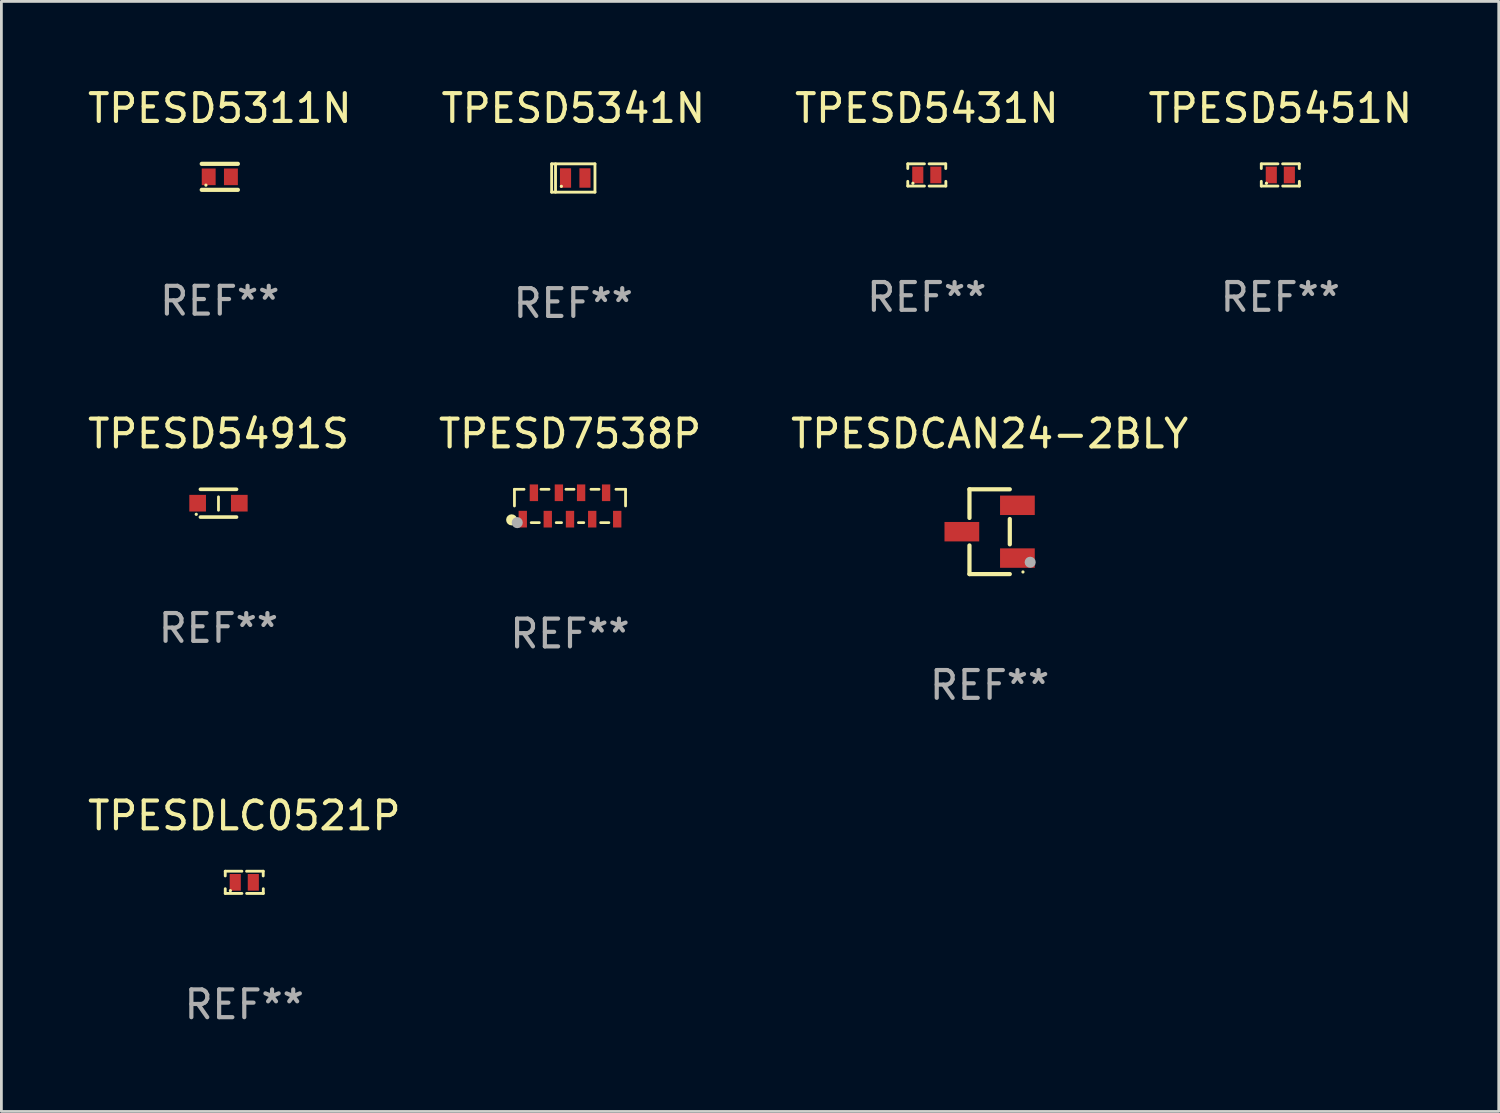
<source format=kicad_pcb>
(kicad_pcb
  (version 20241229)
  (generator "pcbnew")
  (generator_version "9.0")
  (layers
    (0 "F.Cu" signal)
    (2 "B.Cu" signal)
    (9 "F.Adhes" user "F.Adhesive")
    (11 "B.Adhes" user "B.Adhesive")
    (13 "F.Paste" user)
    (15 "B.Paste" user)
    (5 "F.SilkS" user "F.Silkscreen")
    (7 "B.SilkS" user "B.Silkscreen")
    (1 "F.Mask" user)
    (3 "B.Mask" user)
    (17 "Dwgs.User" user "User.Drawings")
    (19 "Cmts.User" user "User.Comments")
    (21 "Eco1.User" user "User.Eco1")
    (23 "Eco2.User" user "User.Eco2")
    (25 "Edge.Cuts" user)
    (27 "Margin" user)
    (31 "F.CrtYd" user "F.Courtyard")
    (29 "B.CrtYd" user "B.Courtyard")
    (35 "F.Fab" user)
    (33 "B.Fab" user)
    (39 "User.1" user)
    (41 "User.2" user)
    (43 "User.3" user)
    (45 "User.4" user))
  (footprint "TPESDCAN24-2BLY"
    (layer "F.Cu")
    (at 32.577 16.091)
    (property "Reference" "TPESDCAN24-2BLY" (at 0 -3.526 0) (layer "F.SilkS") (effects (font (size 1 1) (thickness 0.15))))
    (attr through_hole)
    (fp_line (start -0.726 -1.526) (end -0.726 -0.495) (stroke (width 0.152) (type solid)) (layer "F.SilkS"))
    (fp_line (start -0.726 1.526) (end -0.726 0.495) (stroke (width 0.152) (type solid)) (layer "F.SilkS"))
    (fp_line (start 0.726 -1.526) (end -0.726 -1.526) (stroke (width 0.152) (type solid)) (layer "F.SilkS"))
    (fp_line (start 0.726 -0.455) (end 0.726 0.455) (stroke (width 0.152) (type solid)) (layer "F.SilkS"))
    (fp_line (start 0.726 1.526) (end -0.726 1.526) (stroke (width 0.152) (type solid)) (layer "F.SilkS"))
    (fp_circle (center 1.2 1.45) (end 1.23 1.45) (stroke (width 0.06) (type solid)) (fill no) (layer "F.SilkS"))
    (fp_circle (center 1.46 1.1) (end 1.56 1.1) (stroke (width 0.2) (type solid)) (fill no) (layer "F.Fab"))
    (fp_text user "REF**" (at 0 5.526 0) (layer "F.Fab") (effects (font (size 1 1) (thickness 0.15))))
    (pad "1" smd rect (at 1 0.95) (size 1.25 0.7) (layers "F.Cu" "F.Mask" "F.Paste"))
    (pad "2" smd rect (at 1 -0.95) (size 1.25 0.7) (layers "F.Cu" "F.Mask" "F.Paste"))
    (pad "3" smd rect (at -1 0) (size 1.25 0.7) (layers "F.Cu" "F.Mask" "F.Paste")))
  (footprint "TPESD5431N"
    (layer "F.Cu")
    (at 30.315 3.248)
    (property "Reference" "TPESD5431N" (at 0 -2.4 0) (layer "F.SilkS") (effects (font (size 1 1) (thickness 0.15))))
    (attr through_hole)
    (fp_line (start -0.685 -0.4) (end -0.685 -0.23) (stroke (width 0.102) (type solid)) (layer "F.SilkS"))
    (fp_line (start -0.685 0.4) (end -0.685 0.23) (stroke (width 0.102) (type solid)) (layer "F.SilkS"))
    (fp_line (start -0.085 -0.4) (end -0.685 -0.4) (stroke (width 0.102) (type solid)) (layer "F.SilkS"))
    (fp_line (start -0.085 0.4) (end -0.685 0.4) (stroke (width 0.102) (type solid)) (layer "F.SilkS"))
    (fp_line (start 0.082 -0.4) (end 0.682 -0.4) (stroke (width 0.102) (type solid)) (layer "F.SilkS"))
    (fp_line (start 0.085 0.4) (end 0.685 0.4) (stroke (width 0.102) (type solid)) (layer "F.SilkS"))
    (fp_line (start 0.682 -0.4) (end 0.682 -0.23) (stroke (width 0.102) (type solid)) (layer "F.SilkS"))
    (fp_line (start 0.685 0.4) (end 0.685 0.23) (stroke (width 0.102) (type solid)) (layer "F.SilkS"))
    (fp_circle (center -0.5 0.3) (end -0.47 0.3) (stroke (width 0.06) (type solid)) (fill no) (layer "F.SilkS"))
    (fp_text user "REF**" (at 0 4.4 0) (layer "F.Fab") (effects (font (size 1 1) (thickness 0.15))))
    (pad "1" smd rect (at -0.325 0) (size 0.4 0.6) (layers "F.Cu" "F.Mask" "F.Paste"))
    (pad "2" smd rect (at 0.325 0) (size 0.4 0.6) (layers "F.Cu" "F.Mask" "F.Paste")))
  (footprint "TPESD5491S"
    (layer "F.Cu")
    (at 4.815 15.065)
    (property "Reference" "TPESD5491S" (at 0 -2.5 0) (layer "F.SilkS") (effects (font (size 1 1) (thickness 0.15))))
    (attr through_hole)
    (fp_line (start -0.65 -0.5) (end 0.65 -0.5) (stroke (width 0.13) (type solid)) (layer "F.SilkS"))
    (fp_line (start -0.65 0.5) (end 0.65 0.5) (stroke (width 0.13) (type solid)) (layer "F.SilkS"))
    (fp_line (start 0 -0.229) (end 0 0.254) (stroke (width 0.1) (type solid)) (layer "F.SilkS"))
    (fp_circle (center -0.8 0.4) (end -0.77 0.4) (stroke (width 0.06) (type solid)) (fill no) (layer "F.SilkS"))
    (fp_text user "REF**" (at 0 4.5 0) (layer "F.Fab") (effects (font (size 1 1) (thickness 0.15))))
    (pad "1" smd rect (at -0.75 0) (size 0.6 0.6) (layers "F.Cu" "F.Mask" "F.Paste"))
    (pad "2" smd rect (at 0.75 0 180) (size 0.6 0.6) (layers "F.Cu" "F.Mask" "F.Paste")))
  (footprint "TPESD7538P"
    (layer "F.Cu")
    (at 17.47 15.165)
    (property "Reference" "TPESD7538P" (at 0 -2.6 0) (layer "F.SilkS") (effects (font (size 1 1) (thickness 0.15))))
    (attr through_hole)
    (fp_line (start -2 -0.6) (end -1.655 -0.6) (stroke (width 0.1) (type solid)) (layer "F.SilkS"))
    (fp_line (start -2 -0.000025) (end -2 -0.6) (stroke (width 0.1) (type solid)) (layer "F.SilkS"))
    (fp_line (start -1.396 0.6) (end -1.104 0.6) (stroke (width 0.1) (type solid)) (layer "F.SilkS"))
    (fp_line (start -1.046 -0.6) (end -0.755 -0.6) (stroke (width 0.1) (type solid)) (layer "F.SilkS"))
    (fp_line (start -0.496 0.6) (end -0.304 0.6) (stroke (width 0.1) (type solid)) (layer "F.SilkS"))
    (fp_line (start -0.146 -0.6) (end 0.145 -0.6) (stroke (width 0.1) (type solid)) (layer "F.SilkS"))
    (fp_line (start 0.304 0.6) (end 0.496 0.6) (stroke (width 0.1) (type solid)) (layer "F.SilkS"))
    (fp_line (start 0.754 -0.6) (end 1.045 -0.6) (stroke (width 0.1) (type solid)) (layer "F.SilkS"))
    (fp_line (start 1.104 0.6) (end 1.4 0.6) (stroke (width 0.1) (type solid)) (layer "F.SilkS"))
    (fp_line (start 1.654 -0.6) (end 2 -0.6) (stroke (width 0.1) (type solid)) (layer "F.SilkS"))
    (fp_line (start 2 -0.6) (end 2 -0.000025) (stroke (width 0.1) (type solid)) (layer "F.SilkS"))
    (fp_circle (center -2.1 0.5) (end -2 0.5) (stroke (width 0.2) (type solid)) (fill no) (layer "F.SilkS"))
    (fp_circle (center -1.925 0.525) (end -1.895 0.525) (stroke (width 0.06) (type solid)) (fill no) (layer "F.SilkS"))
    (fp_circle (center -1.9 0.6) (end -1.8 0.6) (stroke (width 0.2) (type solid)) (fill no) (layer "F.Fab"))
    (fp_text user "REF**" (at 0 4.6 0) (layer "F.Fab") (effects (font (size 1 1) (thickness 0.15))))
    (pad "1" smd rect (at -1.7 0.475) (size 0.3 0.6) (layers "F.Cu" "F.Mask" "F.Paste"))
    (pad "2" smd rect (at -0.8 0.475) (size 0.3 0.6) (layers "F.Cu" "F.Mask" "F.Paste"))
    (pad "3" smd rect (at 0 0.475) (size 0.3 0.6) (layers "F.Cu" "F.Mask" "F.Paste"))
    (pad "4" smd rect (at 0.8 0.475) (size 0.3 0.6) (layers "F.Cu" "F.Mask" "F.Paste"))
    (pad "5" smd rect (at 1.7 0.475) (size 0.3 0.6) (layers "F.Cu" "F.Mask" "F.Paste"))
    (pad "6" smd rect (at 1.3 -0.475) (size 0.3 0.6) (layers "F.Cu" "F.Mask" "F.Paste"))
    (pad "7" smd rect (at 0.4 -0.475) (size 0.3 0.6) (layers "F.Cu" "F.Mask" "F.Paste"))
    (pad "8" smd rect (at -0.4 -0.475) (size 0.3 0.6) (layers "F.Cu" "F.Mask" "F.Paste"))
    (pad "9" smd rect (at -1.3 -0.475) (size 0.3 0.6) (layers "F.Cu" "F.Mask" "F.Paste")))
  (footprint "TPESD5451N"
    (layer "F.Cu")
    (at 43.042 3.248)
    (property "Reference" "TPESD5451N" (at 0 -2.4 0) (layer "F.SilkS") (effects (font (size 1 1) (thickness 0.15))))
    (attr through_hole)
    (fp_line (start -0.685 -0.4) (end -0.685 -0.23) (stroke (width 0.102) (type solid)) (layer "F.SilkS"))
    (fp_line (start -0.685 0.4) (end -0.685 0.23) (stroke (width 0.102) (type solid)) (layer "F.SilkS"))
    (fp_line (start -0.085 -0.4) (end -0.685 -0.4) (stroke (width 0.102) (type solid)) (layer "F.SilkS"))
    (fp_line (start -0.085 0.4) (end -0.685 0.4) (stroke (width 0.102) (type solid)) (layer "F.SilkS"))
    (fp_line (start 0.082 -0.4) (end 0.682 -0.4) (stroke (width 0.102) (type solid)) (layer "F.SilkS"))
    (fp_line (start 0.085 0.4) (end 0.685 0.4) (stroke (width 0.102) (type solid)) (layer "F.SilkS"))
    (fp_line (start 0.682 -0.4) (end 0.682 -0.23) (stroke (width 0.102) (type solid)) (layer "F.SilkS"))
    (fp_line (start 0.685 0.4) (end 0.685 0.23) (stroke (width 0.102) (type solid)) (layer "F.SilkS"))
    (fp_circle (center -0.5 0.3) (end -0.47 0.3) (stroke (width 0.06) (type solid)) (fill no) (layer "F.SilkS"))
    (fp_text user "REF**" (at 0 4.4 0) (layer "F.Fab") (effects (font (size 1 1) (thickness 0.15))))
    (pad "1" smd rect (at -0.325 0) (size 0.4 0.6) (layers "F.Cu" "F.Mask" "F.Paste"))
    (pad "2" smd rect (at 0.325 0) (size 0.4 0.6) (layers "F.Cu" "F.Mask" "F.Paste")))
  (footprint "TPESDLC0521P"
    (layer "F.Cu")
    (at 5.744 28.714)
    (property "Reference" "TPESDLC0521P" (at 0 -2.4 0) (layer "F.SilkS") (effects (font (size 1 1) (thickness 0.15))))
    (attr through_hole)
    (fp_line (start -0.685 -0.4) (end -0.685 -0.23) (stroke (width 0.102) (type solid)) (layer "F.SilkS"))
    (fp_line (start -0.685 0.4) (end -0.685 0.23) (stroke (width 0.102) (type solid)) (layer "F.SilkS"))
    (fp_line (start -0.085 -0.4) (end -0.685 -0.4) (stroke (width 0.102) (type solid)) (layer "F.SilkS"))
    (fp_line (start -0.085 0.4) (end -0.685 0.4) (stroke (width 0.102) (type solid)) (layer "F.SilkS"))
    (fp_line (start 0.082 -0.4) (end 0.682 -0.4) (stroke (width 0.102) (type solid)) (layer "F.SilkS"))
    (fp_line (start 0.085 0.4) (end 0.685 0.4) (stroke (width 0.102) (type solid)) (layer "F.SilkS"))
    (fp_line (start 0.682 -0.4) (end 0.682 -0.23) (stroke (width 0.102) (type solid)) (layer "F.SilkS"))
    (fp_line (start 0.685 0.4) (end 0.685 0.23) (stroke (width 0.102) (type solid)) (layer "F.SilkS"))
    (fp_circle (center -0.5 0.3) (end -0.47 0.3) (stroke (width 0.06) (type solid)) (fill no) (layer "F.SilkS"))
    (fp_text user "REF**" (at 0 4.4 0) (layer "F.Fab") (effects (font (size 1 1) (thickness 0.15))))
    (pad "1" smd rect (at -0.325 0) (size 0.4 0.6) (layers "F.Cu" "F.Mask" "F.Paste"))
    (pad "2" smd rect (at 0.325 0) (size 0.4 0.6) (layers "F.Cu" "F.Mask" "F.Paste")))
  (footprint "TPESD5341N"
    (layer "F.Cu")
    (at 17.589 3.358)
    (property "Reference" "TPESD5341N" (at 0 -2.51 0) (layer "F.SilkS") (effects (font (size 1 1) (thickness 0.15))))
    (attr through_hole)
    (fp_line (start -0.78 -0.51) (end -0.78 0.51) (stroke (width 0.102) (type solid)) (layer "F.SilkS"))
    (fp_line (start -0.78 -0.51) (end 0.78 -0.51) (stroke (width 0.102) (type solid)) (layer "F.SilkS"))
    (fp_line (start -0.78 0.51) (end 0.78 0.51) (stroke (width 0.102) (type solid)) (layer "F.SilkS"))
    (fp_line (start -0.64 -0.51) (end -0.64 0.51) (stroke (width 0.102) (type solid)) (layer "F.SilkS"))
    (fp_line (start 0.78 -0.51) (end 0.78 0.51) (stroke (width 0.102) (type solid)) (layer "F.SilkS"))
    (fp_circle (center -0.43 0.3) (end -0.4 0.3) (stroke (width 0.06) (type solid)) (fill no) (layer "F.SilkS"))
    (fp_text user "REF**" (at 0 4.51 0) (layer "F.Fab") (effects (font (size 1 1) (thickness 0.15))))
    (pad "1" smd rect (at -0.28 0) (size 0.4 0.7) (layers "F.Cu" "F.Mask" "F.Paste"))
    (pad "2" smd rect (at 0.42 0) (size 0.4 0.7) (layers "F.Cu" "F.Mask" "F.Paste")))
  (footprint "TPESD5311N"
    (layer "F.Cu")
    (at 4.863 3.316)
    (property "Reference" "TPESD5311N" (at 0 -2.468 0) (layer "F.SilkS") (effects (font (size 1 1) (thickness 0.15))))
    (attr through_hole)
    (fp_line (start -0.65 -0.468) (end 0.65 -0.468) (stroke (width 0.152) (type solid)) (layer "F.SilkS"))
    (fp_line (start 0.65 0.468) (end -0.65 0.468) (stroke (width 0.152) (type solid)) (layer "F.SilkS"))
    (fp_circle (center -0.5 0.3) (end -0.47 0.3) (stroke (width 0.06) (type solid)) (fill no) (layer "F.SilkS"))
    (fp_text user "REF**" (at 0 4.468 0) (layer "F.Fab") (effects (font (size 1 1) (thickness 0.15))))
    (pad "1" smd rect (at -0.4 0) (size 0.5 0.6) (layers "F.Cu" "F.Mask" "F.Paste"))
    (pad "2" smd rect (at 0.4 0) (size 0.5 0.6) (layers "F.Cu" "F.Mask" "F.Paste")))
  (gr_rect
    (start -3 -3)
    (end 50.905 36.962)
    (stroke (width 0.1) (type default))
    (fill no)
    (layer "Edge.Cuts")))
</source>
